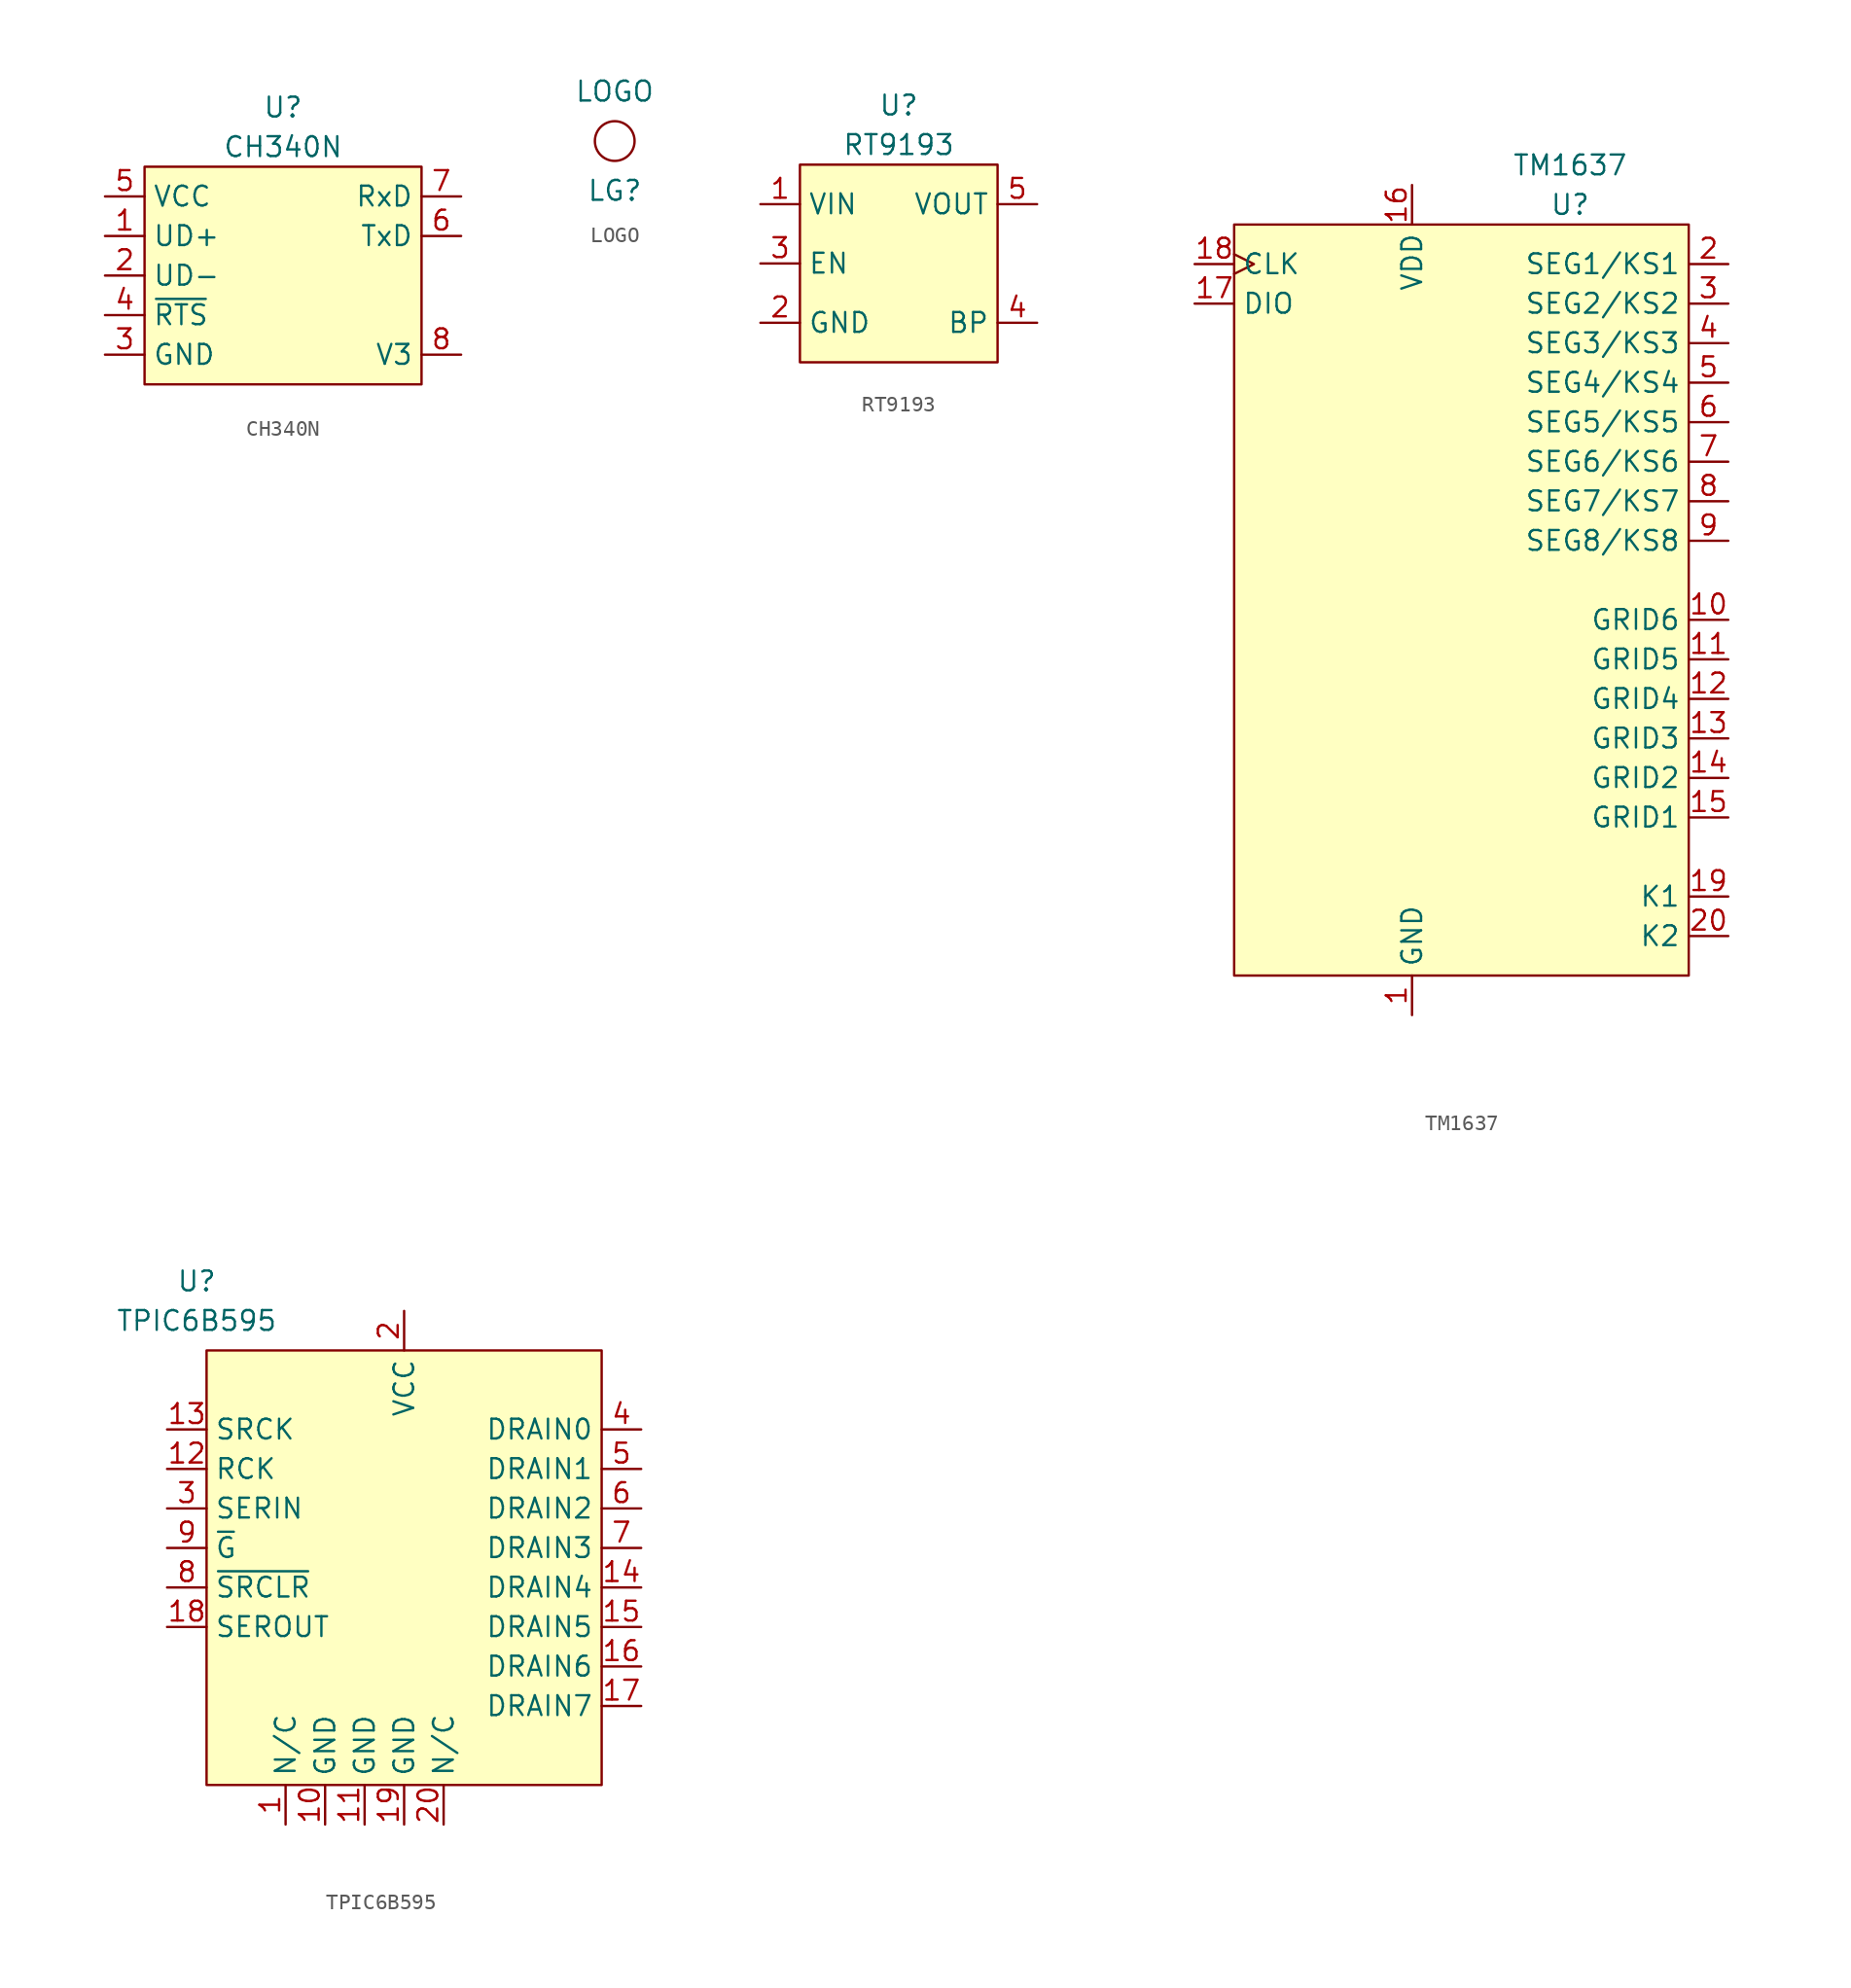
<source format=kicad_sym>
(kicad_symbol_lib
  (version 20220914)
  (generator kicad_symbol_editor)
  (symbol "CH340N"
    (property "Reference" "U"
      (at 0 10.795 0)
      (effects (font (size 1.27 1.27))))
    (property "Value" "CH340N"
      (at 0 8.255 0)
      (effects (font (size 1.27 1.27))))
    (symbol "CH340N_0_1"
      (rectangle (start -8.89 6.985) (end 8.89 -6.985) (stroke (width 0) (type default)) (fill (type background))))
    (symbol "CH340N_1_1"
      (pin input line (at -11.43 2.54 0) (length 2.54) (name "UD+" (effects (font (size 1.27 1.27)))) (number "1" (effects (font (size 1.27 1.27)))))
      (pin input line (at -11.43 0 0) (length 2.54) (name "UD-" (effects (font (size 1.27 1.27)))) (number "2" (effects (font (size 1.27 1.27)))))
      (pin power_in line (at -11.43 -5.08 0) (length 2.54) (name "GND" (effects (font (size 1.27 1.27)))) (number "3" (effects (font (size 1.27 1.27)))))
      (pin input line (at -11.43 -2.54 0) (length 2.54) (name "~{RTS}" (effects (font (size 1.27 1.27)))) (number "4" (effects (font (size 1.27 1.27)))))
      (pin power_in line (at -11.43 5.08 0) (length 2.54) (name "VCC" (effects (font (size 1.27 1.27)))) (number "5" (effects (font (size 1.27 1.27)))))
      (pin input line (at 11.43 2.54 180) (length 2.54) (name "TxD" (effects (font (size 1.27 1.27)))) (number "6" (effects (font (size 1.27 1.27)))))
      (pin output line (at 11.43 5.08 180) (length 2.54) (name "RxD" (effects (font (size 1.27 1.27)))) (number "7" (effects (font (size 1.27 1.27)))))
      (pin input line (at 11.43 -5.08 180) (length 2.54) (name "V3" (effects (font (size 1.27 1.27)))) (number "8" (effects (font (size 1.27 1.27)))))))
  (symbol "LOGO"
    (pin_numbers hide)
    (pin_names
      (offset 0) hide)
    (property "Reference" "LG"
      (at 0 -3.175 0)
      (effects (font (size 1.27 1.27))))
    (property "Value" "LOGO"
      (at 0 3.175 0)
      (effects (font (size 1.27 1.27))))
    (symbol "LOGO_0_1"
      (circle (center 0 0) (radius 1.27) (stroke (width 0) (type default)) (fill (type none)))))
  (symbol "RT9193"
    (property "Reference" "U"
      (at 0 10.16 0)
      (effects (font (size 1.27 1.27))))
    (property "Value" "RT9193"
      (at 0 7.62 0)
      (effects (font (size 1.27 1.27))))
    (symbol "RT9193_0_1"
      (rectangle (start -6.35 6.35) (end 6.35 -6.35) (stroke (width 0) (type default)) (fill (type background))))
    (symbol "RT9193_1_1"
      (pin power_in line (at -8.89 3.81 0) (length 2.54) (name "VIN" (effects (font (size 1.27 1.27)))) (number "1" (effects (font (size 1.27 1.27)))))
      (pin power_in line (at -8.89 -3.81 0) (length 2.54) (name "GND" (effects (font (size 1.27 1.27)))) (number "2" (effects (font (size 1.27 1.27)))))
      (pin input line (at -8.89 0 0) (length 2.54) (name "EN" (effects (font (size 1.27 1.27)))) (number "3" (effects (font (size 1.27 1.27)))))
      (pin output line (at 8.89 -3.81 180) (length 2.54) (name "BP" (effects (font (size 1.27 1.27)))) (number "4" (effects (font (size 1.27 1.27)))))
      (pin power_out line (at 8.89 3.81 180) (length 2.54) (name "VOUT" (effects (font (size 1.27 1.27)))) (number "5" (effects (font (size 1.27 1.27)))))))
  (symbol "TM1637"
    (property "Reference" "U"
      (at 10.16 11.43 0)
      (effects (font (size 1.27 1.27))))
    (property "Value" "TM1637"
      (at 10.16 13.97 0)
      (effects (font (size 1.27 1.27))))
    (symbol "TM1637_1_1"
      (rectangle (start -11.43 10.16) (end 17.78 -38.1) (stroke (width 0) (type default)) (fill (type background)))
      (pin power_in line (at 0 -40.64 90) (length 2.54) (name "GND" (effects (font (size 1.27 1.27)))) (number "1" (effects (font (size 1.27 1.27)))))
      (pin output line (at 20.32 -15.24 180) (length 2.54) (name "GRID6" (effects (font (size 1.27 1.27)))) (number "10" (effects (font (size 1.27 1.27)))))
      (pin output line (at 20.32 -17.78 180) (length 2.54) (name "GRID5" (effects (font (size 1.27 1.27)))) (number "11" (effects (font (size 1.27 1.27)))))
      (pin output line (at 20.32 -20.32 180) (length 2.54) (name "GRID4" (effects (font (size 1.27 1.27)))) (number "12" (effects (font (size 1.27 1.27)))))
      (pin output line (at 20.32 -22.86 180) (length 2.54) (name "GRID3" (effects (font (size 1.27 1.27)))) (number "13" (effects (font (size 1.27 1.27)))))
      (pin output line (at 20.32 -25.4 180) (length 2.54) (name "GRID2" (effects (font (size 1.27 1.27)))) (number "14" (effects (font (size 1.27 1.27)))))
      (pin output line (at 20.32 -27.94 180) (length 2.54) (name "GRID1" (effects (font (size 1.27 1.27)))) (number "15" (effects (font (size 1.27 1.27)))))
      (pin power_in line (at 0 12.7 270) (length 2.54) (name "VDD" (effects (font (size 1.27 1.27)))) (number "16" (effects (font (size 1.27 1.27)))))
      (pin bidirectional line (at -13.97 5.08 0) (length 2.54) (name "DIO" (effects (font (size 1.27 1.27)))) (number "17" (effects (font (size 1.27 1.27)))))
      (pin input clock (at -13.97 7.62 0) (length 2.54) (name "CLK" (effects (font (size 1.27 1.27)))) (number "18" (effects (font (size 1.27 1.27)))))
      (pin output line (at 20.32 -33.02 180) (length 2.54) (name "K1" (effects (font (size 1.27 1.27)))) (number "19" (effects (font (size 1.27 1.27)))))
      (pin bidirectional line (at 20.32 7.62 180) (length 2.54) (name "SEG1/KS1" (effects (font (size 1.27 1.27)))) (number "2" (effects (font (size 1.27 1.27)))))
      (pin output line (at 20.32 -35.56 180) (length 2.54) (name "K2" (effects (font (size 1.27 1.27)))) (number "20" (effects (font (size 1.27 1.27)))))
      (pin bidirectional line (at 20.32 5.08 180) (length 2.54) (name "SEG2/KS2" (effects (font (size 1.27 1.27)))) (number "3" (effects (font (size 1.27 1.27)))))
      (pin bidirectional line (at 20.32 2.54 180) (length 2.54) (name "SEG3/KS3" (effects (font (size 1.27 1.27)))) (number "4" (effects (font (size 1.27 1.27)))))
      (pin bidirectional line (at 20.32 0 180) (length 2.54) (name "SEG4/KS4" (effects (font (size 1.27 1.27)))) (number "5" (effects (font (size 1.27 1.27)))))
      (pin bidirectional line (at 20.32 -2.54 180) (length 2.54) (name "SEG5/KS5" (effects (font (size 1.27 1.27)))) (number "6" (effects (font (size 1.27 1.27)))))
      (pin bidirectional line (at 20.32 -5.08 180) (length 2.54) (name "SEG6/KS6" (effects (font (size 1.27 1.27)))) (number "7" (effects (font (size 1.27 1.27)))))
      (pin bidirectional line (at 20.32 -7.62 180) (length 2.54) (name "SEG7/KS7" (effects (font (size 1.27 1.27)))) (number "8" (effects (font (size 1.27 1.27)))))
      (pin bidirectional line (at 20.32 -10.16 180) (length 2.54) (name "SEG8/KS8" (effects (font (size 1.27 1.27)))) (number "9" (effects (font (size 1.27 1.27)))))))
  (symbol "TPIC6B595"
    (property "Reference" "U"
      (at -13.335 17.145 0)
      (effects (font (size 1.27 1.27))))
    (property "Value" "TPIC6B595"
      (at -13.335 14.605 0)
      (effects (font (size 1.27 1.27))))
    (symbol "TPIC6B595_0_1"
      (rectangle (start -12.7 12.7) (end 12.7 -15.24) (stroke (width 0) (type default)) (fill (type background))))
    (symbol "TPIC6B595_1_1"
      (pin free line (at -7.62 -17.78 90) (length 2.54) (name "N/C" (effects (font (size 1.27 1.27)))) (number "1" (effects (font (size 1.27 1.27)))))
      (pin power_in line (at -5.08 -17.78 90) (length 2.54) (name "GND" (effects (font (size 1.27 1.27)))) (number "10" (effects (font (size 1.27 1.27)))))
      (pin power_in line (at -2.54 -17.78 90) (length 2.54) (name "GND" (effects (font (size 1.27 1.27)))) (number "11" (effects (font (size 1.27 1.27)))))
      (pin input line (at -15.24 5.08 0) (length 2.54) (name "RCK" (effects (font (size 1.27 1.27)))) (number "12" (effects (font (size 1.27 1.27)))))
      (pin input line (at -15.24 7.62 0) (length 2.54) (name "SRCK" (effects (font (size 1.27 1.27)))) (number "13" (effects (font (size 1.27 1.27)))))
      (pin output line (at 15.24 -2.54 180) (length 2.54) (name "DRAIN4" (effects (font (size 1.27 1.27)))) (number "14" (effects (font (size 1.27 1.27)))))
      (pin output line (at 15.24 -5.08 180) (length 2.54) (name "DRAIN5" (effects (font (size 1.27 1.27)))) (number "15" (effects (font (size 1.27 1.27)))))
      (pin output line (at 15.24 -7.62 180) (length 2.54) (name "DRAIN6" (effects (font (size 1.27 1.27)))) (number "16" (effects (font (size 1.27 1.27)))))
      (pin output line (at 15.24 -10.16 180) (length 2.54) (name "DRAIN7" (effects (font (size 1.27 1.27)))) (number "17" (effects (font (size 1.27 1.27)))))
      (pin output line (at -15.24 -5.08 0) (length 2.54) (name "SEROUT" (effects (font (size 1.27 1.27)))) (number "18" (effects (font (size 1.27 1.27)))))
      (pin power_in line (at 0 -17.78 90) (length 2.54) (name "GND" (effects (font (size 1.27 1.27)))) (number "19" (effects (font (size 1.27 1.27)))))
      (pin power_in line (at 0 15.24 270) (length 2.54) (name "VCC" (effects (font (size 1.27 1.27)))) (number "2" (effects (font (size 1.27 1.27)))))
      (pin free line (at 2.54 -17.78 90) (length 2.54) (name "N/C" (effects (font (size 1.27 1.27)))) (number "20" (effects (font (size 1.27 1.27)))))
      (pin input line (at -15.24 2.54 0) (length 2.54) (name "SERIN" (effects (font (size 1.27 1.27)))) (number "3" (effects (font (size 1.27 1.27)))))
      (pin output line (at 15.24 7.62 180) (length 2.54) (name "DRAIN0" (effects (font (size 1.27 1.27)))) (number "4" (effects (font (size 1.27 1.27)))))
      (pin output line (at 15.24 5.08 180) (length 2.54) (name "DRAIN1" (effects (font (size 1.27 1.27)))) (number "5" (effects (font (size 1.27 1.27)))))
      (pin output line (at 15.24 2.54 180) (length 2.54) (name "DRAIN2" (effects (font (size 1.27 1.27)))) (number "6" (effects (font (size 1.27 1.27)))))
      (pin output line (at 15.24 0 180) (length 2.54) (name "DRAIN3" (effects (font (size 1.27 1.27)))) (number "7" (effects (font (size 1.27 1.27)))))
      (pin input line (at -15.24 -2.54 0) (length 2.54) (name "~{SRCLR}" (effects (font (size 1.27 1.27)))) (number "8" (effects (font (size 1.27 1.27)))))
      (pin input line (at -15.24 0 0) (length 2.54) (name "~{G}" (effects (font (size 1.27 1.27)))) (number "9" (effects (font (size 1.27 1.27))))))))
</source>
